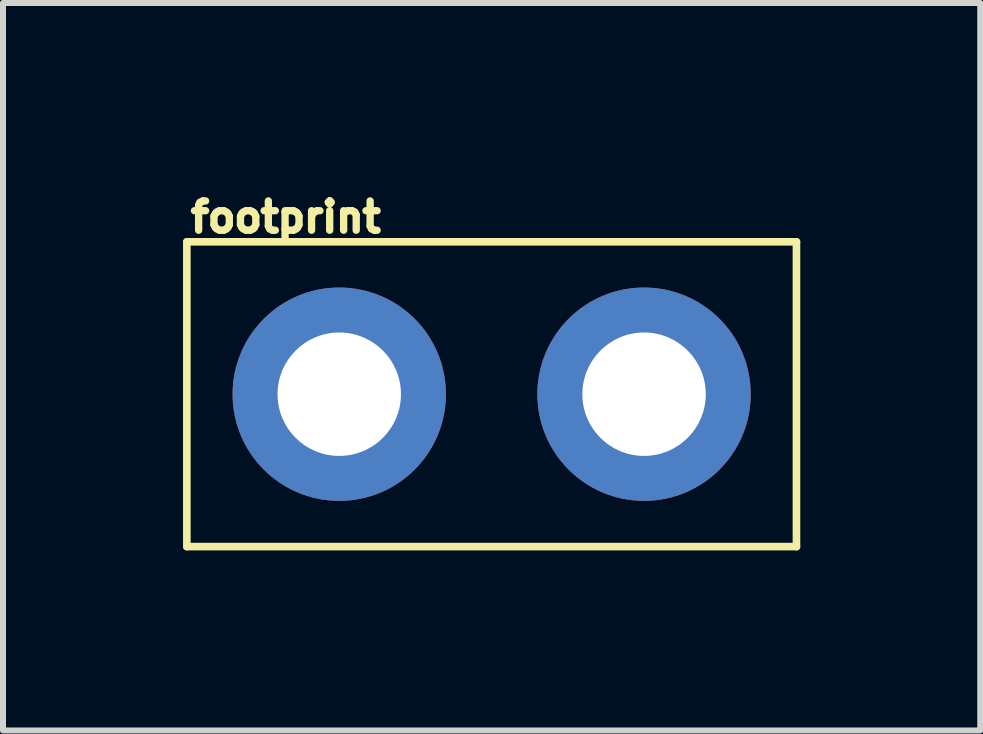
<source format=kicad_pcb>
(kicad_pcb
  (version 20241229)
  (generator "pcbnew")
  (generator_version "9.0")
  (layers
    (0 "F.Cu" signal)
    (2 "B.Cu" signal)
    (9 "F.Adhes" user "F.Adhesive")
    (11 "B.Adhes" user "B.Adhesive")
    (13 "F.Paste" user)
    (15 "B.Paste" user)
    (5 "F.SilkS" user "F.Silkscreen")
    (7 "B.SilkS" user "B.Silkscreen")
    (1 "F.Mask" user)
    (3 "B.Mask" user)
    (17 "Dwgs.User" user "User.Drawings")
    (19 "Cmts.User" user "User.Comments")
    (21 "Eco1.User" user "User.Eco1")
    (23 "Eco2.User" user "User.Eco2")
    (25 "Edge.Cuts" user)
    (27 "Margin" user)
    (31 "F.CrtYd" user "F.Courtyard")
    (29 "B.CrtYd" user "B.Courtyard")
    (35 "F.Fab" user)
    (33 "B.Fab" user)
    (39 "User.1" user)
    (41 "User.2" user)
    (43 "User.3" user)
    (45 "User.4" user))
  (footprint "footprint"
    (layer "F.Cu")
    (at 5.144 3.52)
    (property "Reference" "footprint" (at -5.08 -2.667 0) (layer "F.SilkS") (effects (font (size 0.488 0.488) (thickness 0.122)) (justify left bottom)))
    (fp_line (start -5.08 -2.54) (end -5.08 2.54) (stroke (width 0.127) (type solid)) (layer "F.SilkS"))
    (fp_line (start -5.08 2.54) (end 5.08 2.54) (stroke (width 0.127) (type solid)) (layer "F.SilkS"))
    (fp_line (start 5.08 -2.54) (end -5.08 -2.54) (stroke (width 0.127) (type solid)) (layer "F.SilkS"))
    (fp_line (start 5.08 2.54) (end 5.08 -2.54) (stroke (width 0.127) (type solid)) (layer "F.SilkS"))
    (pad "1" thru_hole circle (at -2.54 0) (size 3.556 3.556) (drill 2.057) (layers "*.Cu" "*.Mask"))
    (pad "2" thru_hole circle (at 2.54 0) (size 3.556 3.556) (drill 2.057) (layers "*.Cu" "*.Mask")))
  (gr_rect
    (start -3 -3)
    (end 13.287 9.124)
    (stroke (width 0.1) (type default))
    (fill no)
    (layer "Edge.Cuts")))
</source>
